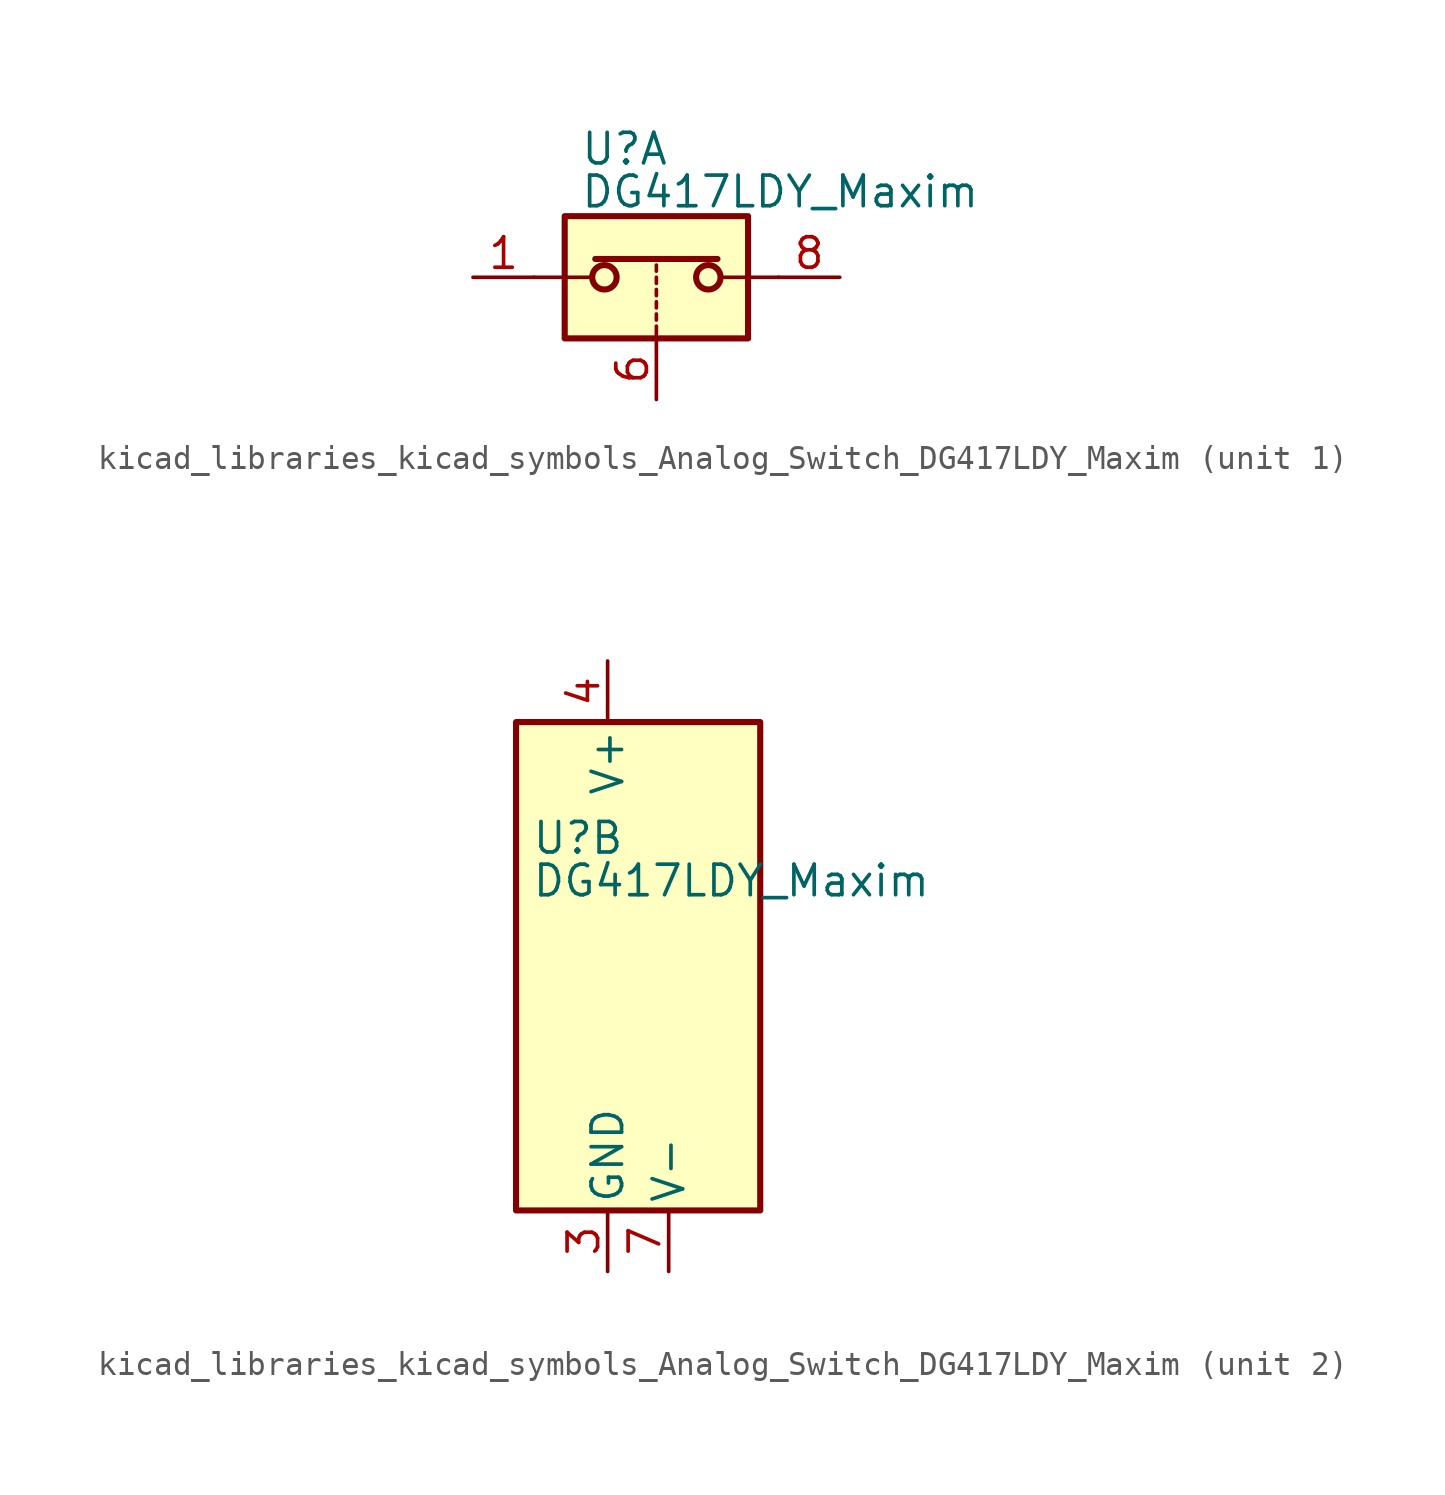
<source format=kicad_sym>
(kicad_symbol_lib
  (version 20220914)
  (generator kicad_symbol_editor)
  (symbol "kicad_libraries_kicad_symbols_Analog_Switch_DG417LDY_Maxim"
    (pin_names
      (offset 0.254))
    (property "Reference" "U"
      (at -3.175 5.334 0)
      (effects (font (size 1.27 1.27)) (justify left)))
    (property "Value" "DG417LDY_Maxim"
      (at -3.175 3.556 0)
      (effects (font (size 1.27 1.27)) (justify left)))
    (symbol "kicad_libraries_kicad_symbols_Analog_Switch_DG417LDY_Maxim_1_1"
      (rectangle (start -3.81 2.54) (end 3.81 -2.54) (stroke (width 0.254) (type default)) (fill (type background)))
      (circle (center -2.159 0) (radius 0.508) (stroke (width 0.254) (type default)) (fill (type none)))
      (polyline (pts (xy -5.08 0) (xy -2.794 0)) (stroke (width 0) (type default)) (fill (type none)))
      (polyline (pts (xy -2.54 0.762) (xy 2.54 0.762)) (stroke (width 0.254) (type default)) (fill (type none)))
      (polyline (pts (xy 0 -2.54) (xy 0 -2.032)) (stroke (width 0) (type default)) (fill (type none)))
      (polyline (pts (xy 0 -1.778) (xy 0 -1.524)) (stroke (width 0) (type default)) (fill (type none)))
      (polyline (pts (xy 0 -1.27) (xy 0 -1.016)) (stroke (width 0) (type default)) (fill (type none)))
      (polyline (pts (xy 0 -0.762) (xy 0 -0.508)) (stroke (width 0) (type default)) (fill (type none)))
      (polyline (pts (xy 0 -0.254) (xy 0 0)) (stroke (width 0) (type default)) (fill (type none)))
      (polyline (pts (xy 0 0.254) (xy 0 0.508)) (stroke (width 0) (type default)) (fill (type none)))
      (polyline (pts (xy 5.08 0) (xy 2.794 0)) (stroke (width 0) (type default)) (fill (type none)))
      (circle (center 2.159 0) (radius 0.508) (stroke (width 0.254) (type default)) (fill (type none)))
      (pin passive line (at -7.62 0 0) (length 2.54) (name "~" (effects (font (size 1.27 1.27)))) (number "1" (effects (font (size 1.27 1.27)))))
      (pin input line (at 0 -5.08 90) (length 2.54) (name "~" (effects (font (size 1.27 1.27)))) (number "6" (effects (font (size 1.27 1.27)))))
      (pin passive line (at 7.62 0 180) (length 2.54) (name "~" (effects (font (size 1.27 1.27)))) (number "8" (effects (font (size 1.27 1.27))))))
    (symbol "kicad_libraries_kicad_symbols_Analog_Switch_DG417LDY_Maxim_2_0"
      (pin no_connect line (at -2.54 10.16 270) (length 2.54) hide (name "NC" (effects (font (size 1.27 1.27)))) (number "2" (effects (font (size 1.27 1.27)))))
      (pin power_in line (at 0 -12.7 90) (length 2.54) (name "GND" (effects (font (size 1.27 1.27)))) (number "3" (effects (font (size 1.27 1.27)))))
      (pin power_in line (at 0 12.7 270) (length 2.54) (name "V+" (effects (font (size 1.27 1.27)))) (number "4" (effects (font (size 1.27 1.27)))))
      (pin no_connect line (at 2.54 10.16 270) (length 2.54) hide (name "NC" (effects (font (size 1.27 1.27)))) (number "5" (effects (font (size 1.27 1.27)))))
      (pin power_in line (at 2.54 -12.7 90) (length 2.54) (name "V-" (effects (font (size 1.27 1.27)))) (number "7" (effects (font (size 1.27 1.27))))))
    (symbol "kicad_libraries_kicad_symbols_Analog_Switch_DG417LDY_Maxim_2_1"
      (rectangle (start -3.81 10.16) (end 6.35 -10.16) (stroke (width 0.254) (type default)) (fill (type background))))))
</source>
